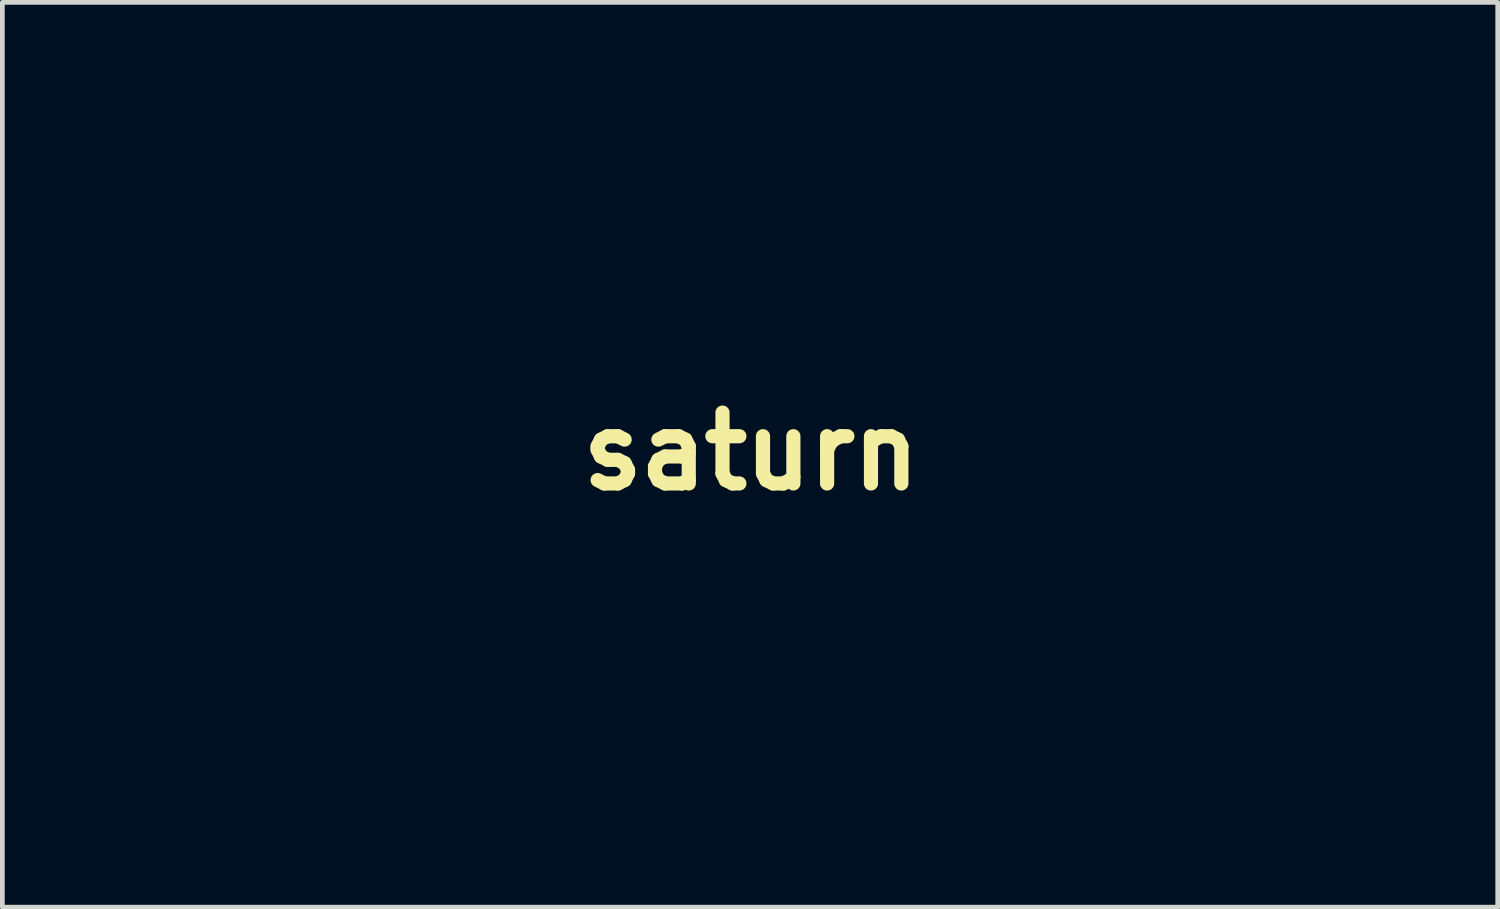
<source format=kicad_pcb>
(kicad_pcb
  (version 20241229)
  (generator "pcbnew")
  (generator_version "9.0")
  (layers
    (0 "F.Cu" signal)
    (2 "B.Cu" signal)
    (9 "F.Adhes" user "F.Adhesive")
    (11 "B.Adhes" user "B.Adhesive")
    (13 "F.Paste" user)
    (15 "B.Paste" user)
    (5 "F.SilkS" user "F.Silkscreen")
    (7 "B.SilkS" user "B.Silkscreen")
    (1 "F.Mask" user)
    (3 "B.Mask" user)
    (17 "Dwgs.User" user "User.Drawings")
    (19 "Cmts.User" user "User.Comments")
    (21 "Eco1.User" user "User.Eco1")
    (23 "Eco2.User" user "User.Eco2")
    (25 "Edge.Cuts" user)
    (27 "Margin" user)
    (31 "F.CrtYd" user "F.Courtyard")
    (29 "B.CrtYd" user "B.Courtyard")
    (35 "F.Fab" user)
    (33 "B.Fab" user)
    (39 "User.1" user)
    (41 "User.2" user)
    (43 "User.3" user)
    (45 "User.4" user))
  (footprint "saturn"
    (layer "F.Cu")
    (at 12.85 6.505)
    (property "Reference" "saturn" (at 0 0 0) (layer "F.SilkS") (effects (font (size 1.5 1.5) (thickness 0.3))))
    (attr board_only exclude_from_pos_files exclude_from_bom)
    (fp_poly (pts (xy 7.597 -4.59) (xy 7.958 -4.539) (xy 8.242 -4.448) (xy 8.449 -4.318) (xy 8.576 -4.15) (xy 8.623 -3.948) (xy 8.589 -3.712) (xy 8.47 -3.446) (xy 8.268 -3.149) (xy 7.979 -2.825) (xy 7.957 -2.804) (xy 7.788 -2.641) (xy 7.597 -2.469) (xy 7.396 -2.296) (xy 7.196 -2.133) (xy 7.008 -1.986) (xy 6.845 -1.867) (xy 6.717 -1.782) (xy 6.636 -1.742) (xy 6.612 -1.75) (xy 6.645 -1.784) (xy 6.736 -1.863) (xy 6.871 -1.976) (xy 7.035 -2.111) (xy 7.044 -2.118) (xy 7.462 -2.478) (xy 7.801 -2.816) (xy 8.061 -3.129) (xy 8.24 -3.415) (xy 8.336 -3.672) (xy 8.353 -3.82) (xy 8.343 -3.965) (xy 8.3 -4.067) (xy 8.203 -4.171) (xy 8.192 -4.181) (xy 7.986 -4.318) (xy 7.714 -4.414) (xy 7.371 -4.468) (xy 6.957 -4.48) (xy 6.469 -4.45) (xy 5.905 -4.378) (xy 5.261 -4.265) (xy 5.254 -4.263) (xy 5.13 -4.239) (xy 5.244 -4.289) (xy 5.389 -4.338) (xy 5.604 -4.392) (xy 5.869 -4.446) (xy 6.164 -4.497) (xy 6.468 -4.541) (xy 6.651 -4.563) (xy 7.161 -4.599)) (stroke (width 0) (type solid)) (fill yes) (layer "F.Mask"))
    (fp_poly (pts (xy 6.413 0.907) (xy 6.408 1.013) (xy 6.385 1.163) (xy 6.346 1.335) (xy 6.308 1.47) (xy 6.211 1.672) (xy 6.046 1.857) (xy 6.032 1.869) (xy 5.915 1.978) (xy 5.865 2.038) (xy 5.881 2.046) (xy 5.964 1.999) (xy 6.026 1.956) (xy 6.119 1.898) (xy 6.177 1.878) (xy 6.182 1.88) (xy 6.176 1.929) (xy 6.141 2.036) (xy 6.089 2.176) (xy 6.027 2.324) (xy 5.967 2.457) (xy 5.918 2.548) (xy 5.912 2.557) (xy 5.843 2.631) (xy 5.706 2.758) (xy 5.504 2.933) (xy 5.241 3.154) (xy 4.946 3.397) (xy 4.79 3.517) (xy 4.579 3.669) (xy 4.333 3.837) (xy 4.077 4.008) (xy 3.927 4.104) (xy 3.709 4.244) (xy 3.521 4.367) (xy 3.376 4.465) (xy 3.286 4.53) (xy 3.262 4.554) (xy 3.308 4.541) (xy 3.419 4.487) (xy 3.583 4.4) (xy 3.786 4.288) (xy 4.016 4.157) (xy 4.26 4.015) (xy 4.506 3.869) (xy 4.741 3.726) (xy 4.952 3.594) (xy 5.05 3.53) (xy 5.238 3.41) (xy 5.394 3.314) (xy 5.506 3.249) (xy 5.561 3.226) (xy 5.563 3.227) (xy 5.533 3.299) (xy 5.452 3.417) (xy 5.335 3.565) (xy 5.197 3.725) (xy 5.052 3.881) (xy 4.915 4.016) (xy 4.811 4.104) (xy 4.654 4.221) (xy 4.507 4.332) (xy 4.401 4.412) (xy 4.401 4.412) (xy 4.264 4.514) (xy 4.484 4.419) (xy 4.611 4.37) (xy 4.7 4.344) (xy 4.725 4.345) (xy 4.703 4.383) (xy 4.624 4.467) (xy 4.5 4.585) (xy 4.345 4.725) (xy 4.171 4.875) (xy 3.993 5.024) (xy 3.823 5.16) (xy 3.675 5.272) (xy 3.671 5.275) (xy 3.325 5.511) (xy 3.007 5.703) (xy 2.683 5.869) (xy 2.316 6.03) (xy 2.303 6.035) (xy 1.586 6.285) (xy 0.853 6.456) (xy 0.117 6.548) (xy -0.609 6.558) (xy -1.094 6.517) (xy -1.714 6.406) (xy -2.333 6.236) (xy -2.462 6.192) (xy -2.676 6.11) (xy -2.911 6.008) (xy -3.148 5.897) (xy -3.367 5.784) (xy -3.551 5.68) (xy -3.679 5.595) (xy -3.72 5.56) (xy -3.75 5.517) (xy -3.739 5.483) (xy -3.673 5.447) (xy -3.539 5.399) (xy -3.48 5.379) (xy -3.151 5.266) (xy -2.753 5.12) (xy -2.298 4.947) (xy -1.802 4.753) (xy -1.276 4.543) (xy -0.736 4.322) (xy -0.193 4.097) (xy 0.337 3.871) (xy 0.843 3.652) (xy 1.163 3.51) (xy 1.719 3.255) (xy 2.319 2.972) (xy 2.944 2.669) (xy 3.578 2.354) (xy 4.203 2.037) (xy 4.801 1.726) (xy 5.356 1.431) (xy 5.85 1.159) (xy 5.997 1.076) (xy 6.16 0.984) (xy 6.294 0.913) (xy 6.379 0.872) (xy 6.396 0.867)) (stroke (width 0) (type solid)) (fill yes) (layer "F.Mask"))
    (fp_poly (pts (xy 8.857 -5.348) (xy 9.289 -5.273) (xy 9.639 -5.161) (xy 9.905 -5.012) (xy 10.088 -4.828) (xy 10.188 -4.609) (xy 10.204 -4.356) (xy 10.136 -4.071) (xy 9.984 -3.754) (xy 9.748 -3.406) (xy 9.427 -3.028) (xy 9.329 -2.924) (xy 8.884 -2.496) (xy 8.355 -2.049) (xy 7.748 -1.584) (xy 7.065 -1.105) (xy 6.311 -0.615) (xy 5.492 -0.116) (xy 4.612 0.389) (xy 3.674 0.898) (xy 2.684 1.406) (xy 1.647 1.913) (xy 0.649 2.377) (xy -0.147 2.727) (xy -0.969 3.067) (xy -1.808 3.394) (xy -2.65 3.702) (xy -3.484 3.99) (xy -4.299 4.252) (xy -5.081 4.484) (xy -5.821 4.684) (xy -6.506 4.846) (xy -7.123 4.967) (xy -7.159 4.973) (xy -7.489 5.019) (xy -7.85 5.055) (xy -8.222 5.079) (xy -8.586 5.091) (xy -8.922 5.091) (xy -9.211 5.077) (xy -9.434 5.05) (xy -9.471 5.042) (xy -9.836 4.933) (xy -10.116 4.791) (xy -10.313 4.616) (xy -10.429 4.405) (xy -10.464 4.157) (xy -10.445 3.978) (xy -10.337 3.63) (xy -10.141 3.26) (xy -9.858 2.871) (xy -9.49 2.463) (xy -9.037 2.038) (xy -8.629 1.698) (xy -8.378 1.502) (xy -8.121 1.309) (xy -7.87 1.127) (xy -7.633 0.961) (xy -7.421 0.819) (xy -7.244 0.708) (xy -7.113 0.635) (xy -7.037 0.605) (xy -7.023 0.613) (xy -7.058 0.646) (xy -7.154 0.718) (xy -7.296 0.818) (xy -7.436 0.914) (xy -7.781 1.158) (xy -8.151 1.439) (xy -8.523 1.74) (xy -8.876 2.042) (xy -9.188 2.328) (xy -9.354 2.492) (xy -9.697 2.874) (xy -9.957 3.229) (xy -10.133 3.555) (xy -10.226 3.852) (xy -10.236 4.117) (xy -10.162 4.351) (xy -10.004 4.552) (xy -9.763 4.719) (xy -9.475 4.839) (xy -9.337 4.881) (xy -9.209 4.911) (xy -9.07 4.93) (xy -8.9 4.941) (xy -8.678 4.945) (xy -8.413 4.946) (xy -7.949 4.933) (xy -7.482 4.895) (xy -6.997 4.83) (xy -6.482 4.735) (xy -5.92 4.608) (xy -5.297 4.446) (xy -4.957 4.35) (xy -3.872 4.019) (xy -2.753 3.637) (xy -1.61 3.21) (xy -0.456 2.743) (xy 0.697 2.243) (xy 1.837 1.715) (xy 2.954 1.165) (xy 4.033 0.597) (xy 5.065 0.018) (xy 6.036 -0.566) (xy 6.935 -1.151) (xy 7.415 -1.484) (xy 8.034 -1.946) (xy 8.566 -2.382) (xy 9.011 -2.791) (xy 9.369 -3.176) (xy 9.639 -3.534) (xy 9.822 -3.867) (xy 9.918 -4.175) (xy 9.93 -4.431) (xy 9.906 -4.586) (xy 9.854 -4.698) (xy 9.754 -4.81) (xy 9.725 -4.839) (xy 9.496 -4.996) (xy 9.191 -5.114) (xy 8.807 -5.193) (xy 8.496 -5.225) (xy 8.086 -5.234) (xy 7.613 -5.211) (xy 7.096 -5.159) (xy 6.559 -5.08) (xy 6.02 -4.978) (xy 5.502 -4.854) (xy 5.493 -4.851) (xy 5.204 -4.777) (xy 4.992 -4.728) (xy 4.86 -4.706) (xy 4.81 -4.711) (xy 4.834 -4.736) (xy 4.906 -4.765) (xy 5.051 -4.808) (xy 5.254 -4.863) (xy 5.497 -4.926) (xy 5.765 -4.992) (xy 6.041 -5.058) (xy 6.311 -5.119) (xy 6.557 -5.172) (xy 6.764 -5.213) (xy 6.817 -5.222) (xy 7.278 -5.291) (xy 7.734 -5.339) (xy 8.165 -5.365) (xy 8.55 -5.368)) (stroke (width 0) (type solid)) (fill yes) (layer "F.Mask"))
    (fp_poly (pts (xy 8.545 -5.086) (xy 8.799 -5.06) (xy 8.886 -5.045) (xy 9.181 -4.961) (xy 9.426 -4.849) (xy 9.605 -4.717) (xy 9.69 -4.606) (xy 9.761 -4.372) (xy 9.746 -4.109) (xy 9.649 -3.819) (xy 9.469 -3.503) (xy 9.208 -3.163) (xy 8.868 -2.801) (xy 8.449 -2.417) (xy 7.953 -2.015) (xy 7.382 -1.594) (xy 7.251 -1.503) (xy 6.402 -0.939) (xy 5.496 -0.379) (xy 4.544 0.174) (xy 3.552 0.714) (xy 2.532 1.238) (xy 1.493 1.743) (xy 0.443 2.223) (xy -0.608 2.675) (xy -1.652 3.096) (xy -2.677 3.48) (xy -3.677 3.824) (xy -4.64 4.124) (xy -5.558 4.375) (xy -6.422 4.575) (xy -6.956 4.676) (xy -7.347 4.733) (xy -7.749 4.777) (xy -8.141 4.804) (xy -8.503 4.816) (xy -8.815 4.81) (xy -9.039 4.788) (xy -9.389 4.7) (xy -9.686 4.56) (xy -9.916 4.375) (xy -9.924 4.366) (xy -10.014 4.26) (xy -10.061 4.176) (xy -10.076 4.078) (xy -10.069 3.931) (xy -10.067 3.898) (xy -10.035 3.695) (xy -9.969 3.496) (xy -9.86 3.286) (xy -9.7 3.046) (xy -9.485 2.768) (xy -9.265 2.519) (xy -8.984 2.239) (xy -8.661 1.941) (xy -8.311 1.64) (xy -7.953 1.352) (xy -7.605 1.092) (xy -7.283 0.875) (xy -7.251 0.854) (xy -7.16 0.805) (xy -7.132 0.803) (xy -7.156 0.84) (xy -7.225 0.905) (xy -7.33 0.988) (xy -7.43 1.06) (xy -7.73 1.274) (xy -8.048 1.522) (xy -8.37 1.792) (xy -8.681 2.07) (xy -8.967 2.342) (xy -9.213 2.596) (xy -9.404 2.817) (xy -9.462 2.896) (xy -9.634 3.151) (xy -9.75 3.36) (xy -9.818 3.542) (xy -9.847 3.715) (xy -9.85 3.789) (xy -9.825 4.016) (xy -9.743 4.195) (xy -9.592 4.342) (xy -9.372 4.469) (xy -9.062 4.576) (xy -8.678 4.641) (xy -8.224 4.663) (xy -7.708 4.643) (xy -7.134 4.581) (xy -6.509 4.477) (xy -5.837 4.331) (xy -5.725 4.304) (xy -5.381 4.217) (xy -5.01 4.118) (xy -4.626 4.013) (xy -4.247 3.906) (xy -3.887 3.801) (xy -3.564 3.704) (xy -3.293 3.619) (xy -3.091 3.55) (xy -3.055 3.536) (xy -2.931 3.49) (xy -2.758 3.426) (xy -2.576 3.359) (xy -1.342 2.89) (xy -0.153 2.399) (xy 1.031 1.871) (xy 1.892 1.462) (xy 2.824 1) (xy 3.711 0.536) (xy 4.55 0.075) (xy 5.338 -0.381) (xy 6.069 -0.829) (xy 6.741 -1.268) (xy 7.348 -1.693) (xy 7.887 -2.103) (xy 8.354 -2.494) (xy 8.745 -2.864) (xy 9.056 -3.211) (xy 9.21 -3.418) (xy 9.397 -3.732) (xy 9.501 -4.008) (xy 9.524 -4.248) (xy 9.465 -4.456) (xy 9.324 -4.634) (xy 9.099 -4.787) (xy 9.069 -4.802) (xy 8.772 -4.911) (xy 8.398 -4.98) (xy 7.955 -5.008) (xy 7.448 -4.997) (xy 6.883 -4.946) (xy 6.266 -4.856) (xy 5.603 -4.727) (xy 5.21 -4.637) (xy 5.064 -4.607) (xy 4.962 -4.594) (xy 4.925 -4.601) (xy 4.967 -4.626) (xy 5.084 -4.665) (xy 5.261 -4.714) (xy 5.484 -4.77) (xy 5.737 -4.829) (xy 6.006 -4.888) (xy 6.277 -4.942) (xy 6.456 -4.976) (xy 6.77 -5.022) (xy 7.125 -5.058) (xy 7.5 -5.083) (xy 7.875 -5.096) (xy 8.23 -5.097)) (stroke (width 0) (type solid)) (fill yes) (layer "F.Mask"))
    (fp_poly (pts (xy 11.213 -6.465) (xy 11.658 -6.383) (xy 12.037 -6.26) (xy 12.345 -6.097) (xy 12.579 -5.895) (xy 12.711 -5.701) (xy 12.798 -5.43) (xy 12.802 -5.127) (xy 12.724 -4.795) (xy 12.566 -4.435) (xy 12.33 -4.05) (xy 12.017 -3.641) (xy 11.63 -3.211) (xy 11.169 -2.763) (xy 10.636 -2.297) (xy 10.033 -1.816) (xy 9.361 -1.323) (xy 9.354 -1.318) (xy 8.47 -0.716) (xy 7.52 -0.111) (xy 6.515 0.491) (xy 5.462 1.087) (xy 4.371 1.673) (xy 3.25 2.245) (xy 2.11 2.798) (xy 0.958 3.33) (xy -0.196 3.834) (xy -1.343 4.309) (xy -2.475 4.749) (xy -3.581 5.151) (xy -4.654 5.51) (xy -5.684 5.822) (xy -6.662 6.084) (xy -7.575 6.29) (xy -8.18 6.404) (xy -8.767 6.497) (xy -9.324 6.569) (xy -9.84 6.619) (xy -10.302 6.645) (xy -10.699 6.647) (xy -10.967 6.629) (xy -11.479 6.549) (xy -11.908 6.435) (xy -12.256 6.286) (xy -12.524 6.101) (xy -12.715 5.878) (xy -12.789 5.736) (xy -12.85 5.479) (xy -12.843 5.179) (xy -12.769 4.851) (xy -12.63 4.511) (xy -12.621 4.492) (xy -12.404 4.132) (xy -12.108 3.743) (xy -11.736 3.33) (xy -11.294 2.895) (xy -10.785 2.445) (xy -10.216 1.982) (xy -9.59 1.512) (xy -8.912 1.039) (xy -8.687 0.889) (xy -8.498 0.766) (xy -8.281 0.628) (xy -8.049 0.482) (xy -7.815 0.337) (xy -7.593 0.201) (xy -7.396 0.082) (xy -7.237 -0.012) (xy -7.13 -0.072) (xy -7.089 -0.091) (xy -7.073 -0.052) (xy -7.068 0.018) (xy -7.085 0.083) (xy -7.143 0.151) (xy -7.259 0.235) (xy -7.399 0.321) (xy -7.616 0.455) (xy -7.888 0.635) (xy -8.198 0.846) (xy -8.529 1.079) (xy -8.864 1.32) (xy -9.186 1.557) (xy -9.479 1.78) (xy -9.725 1.975) (xy -9.729 1.978) (xy -10.246 2.42) (xy -10.683 2.84) (xy -11.046 3.243) (xy -11.341 3.637) (xy -11.574 4.029) (xy -11.591 4.062) (xy -11.669 4.227) (xy -11.714 4.364) (xy -11.735 4.513) (xy -11.741 4.712) (xy -11.741 4.727) (xy -11.739 4.919) (xy -11.725 5.05) (xy -11.694 5.15) (xy -11.637 5.248) (xy -11.606 5.293) (xy -11.428 5.478) (xy -11.178 5.644) (xy -10.873 5.782) (xy -10.58 5.87) (xy -10.359 5.907) (xy -10.07 5.933) (xy -9.733 5.947) (xy -9.371 5.95) (xy -9.005 5.941) (xy -8.656 5.921) (xy -8.346 5.888) (xy -8.345 5.888) (xy -7.82 5.804) (xy -7.227 5.688) (xy -6.58 5.542) (xy -5.895 5.37) (xy -5.187 5.177) (xy -4.47 4.966) (xy -3.967 4.808) (xy -3.177 4.539) (xy -2.325 4.226) (xy -1.426 3.873) (xy -0.495 3.488) (xy 0.454 3.077) (xy 1.407 2.646) (xy 2.349 2.201) (xy 3.267 1.749) (xy 4.146 1.296) (xy 4.902 0.887) (xy 5.923 0.308) (xy 6.856 -0.248) (xy 7.703 -0.782) (xy 8.464 -1.295) (xy 9.14 -1.787) (xy 9.732 -2.259) (xy 10.241 -2.711) (xy 10.668 -3.144) (xy 10.898 -3.411) (xy 11.193 -3.814) (xy 11.404 -4.188) (xy 11.531 -4.533) (xy 11.574 -4.847) (xy 11.533 -5.129) (xy 11.409 -5.378) (xy 11.201 -5.593) (xy 10.909 -5.771) (xy 10.535 -5.913) (xy 10.488 -5.927) (xy 10.041 -6.017) (xy 9.522 -6.057) (xy 8.933 -6.049) (xy 8.28 -5.992) (xy 7.565 -5.888) (xy 6.794 -5.736) (xy 5.969 -5.538) (xy 5.094 -5.293) (xy 4.96 -5.252) (xy 4.724 -5.182) (xy 4.56 -5.136) (xy 4.452 -5.113) (xy 4.384 -5.11) (xy 4.341 -5.125) (xy 4.306 -5.156) (xy 4.304 -5.159) (xy 4.256 -5.225) (xy 4.276 -5.259) (xy 4.292 -5.266) (xy 4.443 -5.319) (xy 4.661 -5.39) (xy 4.926 -5.475) (xy 5.218 -5.566) (xy 5.516 -5.658) (xy 5.8 -5.743) (xy 6.05 -5.816) (xy 6.191 -5.856) (xy 7.094 -6.078) (xy 8.02 -6.26) (xy 8.94 -6.396) (xy 9.826 -6.482) (xy 10.146 -6.501) (xy 10.708 -6.505)) (stroke (width 0) (type solid)) (fill yes) (layer "F.Mask"))
    (fp_poly (pts (xy 9.635 -5.93) (xy 10.094 -5.875) (xy 10.474 -5.791) (xy 10.784 -5.676) (xy 11.032 -5.525) (xy 11.226 -5.335) (xy 11.249 -5.306) (xy 11.314 -5.212) (xy 11.352 -5.122) (xy 11.371 -5.009) (xy 11.376 -4.843) (xy 11.376 -4.769) (xy 11.37 -4.562) (xy 11.349 -4.41) (xy 11.305 -4.275) (xy 11.245 -4.15) (xy 10.984 -3.721) (xy 10.638 -3.278) (xy 10.211 -2.825) (xy 9.707 -2.368) (xy 9.257 -2.006) (xy 9.141 -1.916) (xy 9.057 -1.848) (xy 9.029 -1.824) (xy 8.98 -1.785) (xy 8.871 -1.704) (xy 8.714 -1.592) (xy 8.525 -1.458) (xy 8.317 -1.312) (xy 8.105 -1.165) (xy 7.903 -1.026) (xy 7.725 -0.905) (xy 7.707 -0.892) (xy 7.51 -0.764) (xy 7.248 -0.601) (xy 6.937 -0.409) (xy 6.589 -0.199) (xy 6.22 0.021) (xy 5.845 0.242) (xy 5.478 0.456) (xy 5.134 0.654) (xy 4.826 0.827) (xy 4.72 0.886) (xy 4.369 1.075) (xy 3.95 1.293) (xy 3.481 1.531) (xy 2.977 1.782) (xy 2.454 2.039) (xy 1.929 2.292) (xy 1.418 2.535) (xy 0.937 2.759) (xy 0.503 2.956) (xy 0.281 3.054) (xy -0.913 3.558) (xy -2.083 4.02) (xy -3.221 4.437) (xy -4.319 4.806) (xy -5.37 5.125) (xy -6.366 5.391) (xy -7.299 5.602) (xy -7.325 5.607) (xy -7.813 5.693) (xy -8.315 5.759) (xy -8.814 5.804) (xy -9.293 5.828) (xy -9.734 5.83) (xy -10.12 5.808) (xy -10.406 5.768) (xy -10.763 5.673) (xy -11.053 5.542) (xy -11.297 5.364) (xy -11.301 5.36) (xy -11.49 5.135) (xy -11.595 4.879) (xy -11.616 4.593) (xy -11.554 4.279) (xy -11.408 3.937) (xy -11.181 3.569) (xy -10.873 3.176) (xy -10.485 2.759) (xy -10.016 2.319) (xy -9.469 1.857) (xy -8.843 1.374) (xy -8.482 1.112) (xy -8.176 0.896) (xy -7.889 0.699) (xy -7.635 0.53) (xy -7.427 0.398) (xy -7.276 0.309) (xy -7.258 0.3) (xy -7.139 0.243) (xy -7.093 0.233) (xy -7.12 0.266) (xy -7.215 0.342) (xy -7.376 0.456) (xy -7.56 0.58) (xy -8.258 1.059) (xy -8.891 1.527) (xy -9.457 1.982) (xy -9.954 2.42) (xy -10.38 2.841) (xy -10.732 3.24) (xy -11.007 3.617) (xy -11.205 3.968) (xy -11.321 4.291) (xy -11.355 4.554) (xy -11.315 4.773) (xy -11.207 4.993) (xy -11.049 5.184) (xy -10.977 5.243) (xy -10.714 5.401) (xy -10.405 5.519) (xy -10.043 5.598) (xy -9.617 5.64) (xy -9.118 5.647) (xy -8.923 5.641) (xy -8.509 5.616) (xy -8.085 5.572) (xy -7.641 5.507) (xy -7.165 5.419) (xy -6.646 5.306) (xy -6.073 5.165) (xy -5.433 4.994) (xy -4.993 4.87) (xy -4.119 4.605) (xy -3.208 4.3) (xy -2.268 3.958) (xy -1.307 3.584) (xy -0.332 3.181) (xy 0.648 2.754) (xy 1.625 2.306) (xy 2.593 1.841) (xy 3.542 1.363) (xy 4.466 0.877) (xy 5.357 0.385) (xy 6.206 -0.107) (xy 7.005 -0.597) (xy 7.748 -1.08) (xy 8.426 -1.552) (xy 9.032 -2.009) (xy 9.557 -2.448) (xy 9.565 -2.456) (xy 9.825 -2.69) (xy 10.031 -2.884) (xy 10.201 -3.056) (xy 10.351 -3.224) (xy 10.499 -3.405) (xy 10.607 -3.545) (xy 10.83 -3.866) (xy 10.983 -4.153) (xy 11.071 -4.419) (xy 11.101 -4.68) (xy 11.101 -4.682) (xy 11.096 -4.856) (xy 11.068 -4.982) (xy 11.005 -5.1) (xy 10.967 -5.156) (xy 10.757 -5.376) (xy 10.472 -5.55) (xy 10.114 -5.681) (xy 9.688 -5.767) (xy 9.198 -5.809) (xy 8.647 -5.806) (xy 8.039 -5.759) (xy 7.379 -5.668) (xy 6.669 -5.532) (xy 5.914 -5.352) (xy 5.117 -5.128) (xy 5.113 -5.127) (xy 4.869 -5.054) (xy 4.7 -5.006) (xy 4.594 -4.981) (xy 4.54 -4.977) (xy 4.526 -4.99) (xy 4.536 -5.015) (xy 4.595 -5.05) (xy 4.728 -5.103) (xy 4.924 -5.17) (xy 5.169 -5.245) (xy 5.45 -5.327) (xy 5.753 -5.411) (xy 6.065 -5.493) (xy 6.374 -5.57) (xy 6.665 -5.638) (xy 6.925 -5.692) (xy 6.931 -5.694) (xy 7.594 -5.811) (xy 8.186 -5.893) (xy 8.719 -5.938) (xy 9.206 -5.95)) (stroke (width 0) (type solid)) (fill yes) (layer "F.Mask"))
    (fp_poly (pts (xy -0.266 -6.409) (xy -0.356 -6.357) (xy -0.499 -6.281) (xy -0.681 -6.187) (xy -0.684 -6.185) (xy -0.962 -6.042) (xy -1.183 -5.923) (xy -1.341 -5.832) (xy -1.429 -5.772) (xy -1.442 -5.747) (xy -1.436 -5.747) (xy -1.378 -5.762) (xy -1.253 -5.804) (xy -1.082 -5.866) (xy -0.914 -5.929) (xy -0.664 -6.022) (xy -0.496 -6.08) (xy -0.409 -6.102) (xy -0.402 -6.088) (xy -0.472 -6.04) (xy -0.592 -5.971) (xy -0.732 -5.889) (xy -0.913 -5.776) (xy -1.121 -5.642) (xy -1.339 -5.497) (xy -1.554 -5.351) (xy -1.749 -5.216) (xy -1.91 -5.1) (xy -2.021 -5.015) (xy -2.064 -4.975) (xy -2.082 -4.941) (xy -2.034 -4.961) (xy -1.984 -4.992) (xy -1.63 -5.21) (xy -1.24 -5.435) (xy -0.834 -5.655) (xy -0.431 -5.862) (xy -0.05 -6.044) (xy 0.288 -6.192) (xy 0.484 -6.268) (xy 0.661 -6.33) (xy 0.782 -6.367) (xy 0.844 -6.377) (xy 0.843 -6.356) (xy 0.777 -6.302) (xy 0.643 -6.212) (xy 0.437 -6.084) (xy 0.157 -5.913) (xy 0.009 -5.825) (xy -0.099 -5.755) (xy -0.125 -5.726) (xy -0.071 -5.737) (xy 0.064 -5.788) (xy 0.278 -5.878) (xy 0.55 -5.998) (xy 0.831 -6.121) (xy 1.046 -6.21) (xy 1.194 -6.265) (xy 1.271 -6.285) (xy 1.274 -6.268) (xy 1.2 -6.215) (xy 1.046 -6.125) (xy 1.026 -6.114) (xy 0.88 -6.026) (xy 0.68 -5.899) (xy 0.446 -5.746) (xy 0.199 -5.579) (xy 0.034 -5.464) (xy -0.221 -5.292) (xy -0.53 -5.091) (xy -0.869 -4.879) (xy -1.21 -4.671) (xy -1.53 -4.484) (xy -1.55 -4.472) (xy -1.808 -4.323) (xy -2.036 -4.189) (xy -2.224 -4.077) (xy -2.36 -3.993) (xy -2.434 -3.944) (xy -2.444 -3.933) (xy -2.399 -3.947) (xy -2.288 -3.995) (xy -2.125 -4.071) (xy -1.924 -4.168) (xy -1.818 -4.222) (xy -1.58 -4.339) (xy -1.31 -4.47) (xy -1.019 -4.608) (xy -0.72 -4.75) (xy -0.423 -4.888) (xy -0.139 -5.018) (xy 0.119 -5.136) (xy 0.34 -5.234) (xy 0.513 -5.309) (xy 0.627 -5.355) (xy 0.668 -5.366) (xy 0.645 -5.334) (xy 0.564 -5.27) (xy 0.503 -5.227) (xy 0.396 -5.153) (xy 0.33 -5.1) (xy 0.319 -5.087) (xy 0.358 -5.098) (xy 0.464 -5.143) (xy 0.623 -5.214) (xy 0.821 -5.305) (xy 0.901 -5.343) (xy 1.121 -5.447) (xy 1.32 -5.539) (xy 1.48 -5.611) (xy 1.581 -5.654) (xy 1.596 -5.66) (xy 1.71 -5.702) (xy 1.596 -5.611) (xy 1.504 -5.547) (xy 1.441 -5.519) (xy 1.44 -5.519) (xy 1.418 -5.5) (xy 1.423 -5.493) (xy 1.472 -5.5) (xy 1.589 -5.534) (xy 1.757 -5.592) (xy 1.959 -5.667) (xy 1.982 -5.676) (xy 2.236 -5.772) (xy 2.425 -5.835) (xy 2.566 -5.868) (xy 2.676 -5.874) (xy 2.776 -5.856) (xy 2.874 -5.82) (xy 3.023 -5.758) (xy 2.777 -5.678) (xy 2.613 -5.617) (xy 2.387 -5.519) (xy 2.117 -5.395) (xy 1.822 -5.253) (xy 1.52 -5.102) (xy 1.227 -4.951) (xy 0.963 -4.809) (xy 0.745 -4.685) (xy 0.627 -4.612) (xy 0.45 -4.493) (xy 0.335 -4.409) (xy 0.283 -4.363) (xy 0.299 -4.36) (xy 0.384 -4.402) (xy 0.511 -4.475) (xy 0.725 -4.595) (xy 0.987 -4.732) (xy 1.275 -4.877) (xy 1.567 -5.019) (xy 1.841 -5.146) (xy 2.076 -5.248) (xy 2.22 -5.305) (xy 2.375 -5.352) (xy 2.566 -5.4) (xy 2.774 -5.444) (xy 2.977 -5.48) (xy 3.155 -5.505) (xy 3.288 -5.516) (xy 3.354 -5.507) (xy 3.356 -5.506) (xy 3.327 -5.482) (xy 3.233 -5.437) (xy 3.093 -5.382) (xy 3.091 -5.381) (xy 2.784 -5.256) (xy 2.427 -5.087) (xy 2.042 -4.884) (xy 1.651 -4.661) (xy 1.3 -4.444) (xy 1.035 -4.274) (xy 0.734 -4.083) (xy 0.435 -3.894) (xy 0.205 -3.75) (xy 0.004 -3.624) (xy -0.17 -3.513) (xy -0.303 -3.425) (xy -0.378 -3.373) (xy -0.388 -3.365) (xy -0.384 -3.352) (xy -0.311 -3.382) (xy -0.178 -3.448) (xy 0.005 -3.546) (xy 0.231 -3.672) (xy 0.407 -3.773) (xy 0.605 -3.883) (xy 0.857 -4.019) (xy 1.136 -4.166) (xy 1.415 -4.31) (xy 1.524 -4.365) (xy 1.776 -4.494) (xy 2.02 -4.623) (xy 2.234 -4.742) (xy 2.4 -4.839) (xy 2.462 -4.879) (xy 2.595 -4.963) (xy 2.765 -5.061) (xy 2.954 -5.165) (xy 3.145 -5.265) (xy 3.321 -5.353) (xy 3.464 -5.42) (xy 3.558 -5.456) (xy 3.586 -5.459) (xy 3.559 -5.427) (xy 3.47 -5.354) (xy 3.335 -5.253) (xy 3.188 -5.148) (xy 2.981 -5.002) (xy 2.734 -4.824) (xy 2.478 -4.638) (xy 2.263 -4.48) (xy 2.015 -4.307) (xy 1.719 -4.119) (xy 1.413 -3.936) (xy 1.14 -3.788) (xy 0.847 -3.635) (xy 0.635 -3.521) (xy 0.505 -3.444) (xy 0.455 -3.405) (xy 0.485 -3.403) (xy 0.595 -3.436) (xy 0.785 -3.504) (xy 0.931 -3.56) (xy 1.229 -3.677) (xy 1.469 -3.777) (xy 1.679 -3.871) (xy 1.888 -3.973) (xy 2.123 -4.096) (xy 2.257 -4.168) (xy 2.408 -4.247) (xy 2.487 -4.284) (xy 2.501 -4.28) (xy 2.458 -4.237) (xy 2.44 -4.221) (xy 2.296 -4.108) (xy 2.077 -3.954) (xy 1.782 -3.759) (xy 1.411 -3.523) (xy 0.962 -3.244) (xy 0.434 -2.922) (xy 0.372 -2.884) (xy 0.303 -2.83) (xy 0.29 -2.796) (xy 0.336 -2.809) (xy 0.448 -2.861) (xy 0.614 -2.947) (xy 0.822 -3.057) (xy 1.058 -3.187) (xy 1.311 -3.328) (xy 1.568 -3.474) (xy 1.816 -3.618) (xy 2.044 -3.753) (xy 2.238 -3.872) (xy 2.387 -3.968) (xy 2.417 -3.989) (xy 2.744 -4.208) (xy 3.137 -4.461) (xy 3.585 -4.737) (xy 3.625 -4.762) (xy 3.702 -4.807) (xy 3.719 -4.809) (xy 3.674 -4.761) (xy 3.601 -4.691) (xy 3.469 -4.569) (xy 3.313 -4.431) (xy 3.236 -4.365) (xy 3.032 -4.193) (xy 3.397 -4.37) (xy 3.656 -4.492) (xy 3.901 -4.599) (xy 4.117 -4.686) (xy 4.288 -4.747) (xy 4.402 -4.776) (xy 4.435 -4.777) (xy 4.42 -4.746) (xy 4.341 -4.676) (xy 4.21 -4.577) (xy 4.041 -4.457) (xy 4.02 -4.443) (xy 3.841 -4.32) (xy 3.606 -4.158) (xy 3.335 -3.97) (xy 3.046 -3.768) (xy 2.759 -3.567) (xy 2.678 -3.51) (xy 2.302 -3.246) (xy 1.983 -3.027) (xy 1.706 -2.841) (xy 1.454 -2.68) (xy 1.211 -2.534) (xy 0.962 -2.392) (xy 0.689 -2.245) (xy 0.377 -2.083) (xy 0.144 -1.964) (xy 0.034 -1.902) (xy -0.029 -1.856) (xy -0.034 -1.843) (xy 0.015 -1.853) (xy 0.135 -1.899) (xy 0.316 -1.976) (xy 0.547 -2.08) (xy 0.817 -2.206) (xy 1.118 -2.348) (xy 1.437 -2.502) (xy 1.766 -2.662) (xy 2.093 -2.825) (xy 2.408 -2.983) (xy 2.701 -3.134) (xy 2.961 -3.272) (xy 3.101 -3.347) (xy 3.328 -3.476) (xy 3.578 -3.625) (xy 3.806 -3.764) (xy 3.846 -3.79) (xy 4.004 -3.888) (xy 4.13 -3.961) (xy 4.207 -3.999) (xy 4.222 -4.001) (xy 4.194 -3.969) (xy 4.102 -3.891) (xy 3.957 -3.777) (xy 3.768 -3.635) (xy 3.545 -3.471) (xy 3.3 -3.295) (xy 3.216 -3.235) (xy 3.109 -3.163) (xy 2.933 -3.05) (xy 2.699 -2.904) (xy 2.417 -2.729) (xy 2.098 -2.533) (xy 1.751 -2.321) (xy 1.386 -2.1) (xy 1.06 -1.904) (xy 0.965 -1.841) (xy 0.914 -1.798) (xy 0.912 -1.793) (xy 0.95 -1.805) (xy 1.055 -1.854) (xy 1.216 -1.934) (xy 1.418 -2.038) (xy 1.651 -2.16) (xy 1.9 -2.292) (xy 2.153 -2.429) (xy 2.337 -2.529) (xy 2.513 -2.622) (xy 2.612 -2.666) (xy 2.634 -2.664) (xy 2.578 -2.616) (xy 2.441 -2.526) (xy 2.371 -2.482) (xy 2.237 -2.397) (xy 2.139 -2.332) (xy 2.098 -2.3) (xy 2.098 -2.299) (xy 2.135 -2.307) (xy 2.233 -2.348) (xy 2.374 -2.413) (xy 2.537 -2.493) (xy 2.703 -2.577) (xy 2.852 -2.656) (xy 2.941 -2.706) (xy 3.367 -2.956) (xy 3.791 -3.2) (xy 4.186 -3.423) (xy 4.469 -3.579) (xy 4.664 -3.686) (xy 4.845 -3.786) (xy 4.987 -3.866) (xy 5.047 -3.901) (xy 5.151 -3.949) (xy 5.222 -3.956) (xy 5.23 -3.951) (xy 5.229 -3.911) (xy 5.172 -3.841) (xy 5.053 -3.738) (xy 4.869 -3.597) (xy 4.613 -3.414) (xy 4.482 -3.323) (xy 4.298 -3.192) (xy 4.138 -3.074) (xy 4.019 -2.982) (xy 3.958 -2.927) (xy 3.958 -2.926) (xy 3.926 -2.881) (xy 3.95 -2.888) (xy 4.013 -2.929) (xy 4.114 -2.995) (xy 4.259 -3.083) (xy 4.378 -3.153) (xy 4.535 -3.248) (xy 4.731 -3.373) (xy 4.93 -3.504) (xy 4.986 -3.542) (xy 5.144 -3.647) (xy 5.274 -3.729) (xy 5.358 -3.777) (xy 5.377 -3.785) (xy 5.423 -3.747) (xy 5.467 -3.662) (xy 5.493 -3.57) (xy 5.486 -3.513) (xy 5.486 -3.512) (xy 5.436 -3.47) (xy 5.335 -3.385) (xy 5.205 -3.275) (xy 5.176 -3.25) (xy 5.02 -3.126) (xy 4.816 -2.977) (xy 4.594 -2.825) (xy 4.446 -2.728) (xy 4.172 -2.552) (xy 3.926 -2.391) (xy 3.717 -2.251) (xy 3.557 -2.14) (xy 3.455 -2.063) (xy 3.42 -2.029) (xy 3.456 -2.039) (xy 3.548 -2.087) (xy 3.66 -2.15) (xy 3.801 -2.232) (xy 3.985 -2.334) (xy 4.196 -2.45) (xy 4.419 -2.57) (xy 4.639 -2.687) (xy 4.84 -2.793) (xy 5.009 -2.88) (xy 5.129 -2.94) (xy 5.185 -2.964) (xy 5.187 -2.964) (xy 5.174 -2.941) (xy 5.096 -2.876) (xy 4.967 -2.778) (xy 4.796 -2.656) (xy 4.598 -2.518) (xy 4.383 -2.372) (xy 4.164 -2.227) (xy 3.953 -2.091) (xy 3.842 -2.022) (xy 3.64 -1.896) (xy 3.467 -1.785) (xy 3.337 -1.697) (xy 3.265 -1.643) (xy 3.256 -1.634) (xy 3.283 -1.637) (xy 3.378 -1.679) (xy 3.53 -1.753) (xy 3.727 -1.854) (xy 3.959 -1.976) (xy 4.213 -2.113) (xy 4.479 -2.26) (xy 4.532 -2.289) (xy 4.681 -2.37) (xy 4.797 -2.426) (xy 4.859 -2.449) (xy 4.863 -2.448) (xy 4.836 -2.417) (xy 4.748 -2.349) (xy 4.616 -2.257) (xy 4.549 -2.212) (xy 4.375 -2.094) (xy 4.157 -1.943) (xy 3.926 -1.78) (xy 3.745 -1.65) (xy 3.525 -1.496) (xy 3.291 -1.345) (xy 3.074 -1.213) (xy 2.925 -1.132) (xy 2.748 -1.04) (xy 2.655 -0.983) (xy 2.645 -0.963) (xy 2.72 -0.977) (xy 2.878 -1.027) (xy 2.923 -1.043) (xy 3.118 -1.117) (xy 3.339 -1.217) (xy 3.596 -1.347) (xy 3.897 -1.511) (xy 4.251 -1.715) (xy 4.667 -1.962) (xy 4.925 -2.119) (xy 5.197 -2.285) (xy 5.443 -2.434) (xy 5.652 -2.56) (xy 5.814 -2.656) (xy 5.918 -2.717) (xy 5.953 -2.736) (xy 5.981 -2.698) (xy 6.027 -2.604) (xy 6.043 -2.569) (xy 6.084 -2.457) (xy 6.08 -2.385) (xy 6.024 -2.307) (xy 5.986 -2.266) (xy 5.87 -2.153) (xy 5.701 -2.003) (xy 5.5 -1.832) (xy 5.287 -1.658) (xy 5.082 -1.497) (xy 4.907 -1.366) (xy 4.846 -1.324) (xy 4.726 -1.239) (xy 4.648 -1.175) (xy 4.629 -1.147) (xy 4.672 -1.163) (xy 4.776 -1.222) (xy 4.923 -1.314) (xy 5.101 -1.43) (xy 5.294 -1.559) (xy 5.487 -1.692) (xy 5.666 -1.819) (xy 5.816 -1.929) (xy 5.905 -1.999) (xy 6.026 -2.097) (xy 6.122 -2.165) (xy 6.167 -2.189) (xy 6.191 -2.149) (xy 6.202 -2.054) (xy 6.202 -2.053) (xy 6.192 -1.984) (xy 6.154 -1.913) (xy 6.076 -1.825) (xy 5.947 -1.707) (xy 5.803 -1.585) (xy 5.155 -1.065) (xy 4.512 -0.588) (xy 3.855 -0.141) (xy 3.167 0.287) (xy 2.428 0.706) (xy 1.622 1.13) (xy 1.463 1.211) (xy 0.562 1.646) (xy -0.325 2.042) (xy -1.223 2.407) (xy -2.154 2.75) (xy -3.143 3.082) (xy -3.578 3.219) (xy -4.254 3.424) (xy -4.856 3.597) (xy -5.394 3.739) (xy -5.879 3.854) (xy -6.32 3.944) (xy -6.729 4.01) (xy -7.115 4.055) (xy -7.489 4.081) (xy -7.638 4.087) (xy -7.916 4.094) (xy -8.122 4.094) (xy -8.276 4.086) (xy -8.398 4.068) (xy -8.506 4.04) (xy -8.567 4.02) (xy -8.804 3.909) (xy -8.96 3.771) (xy -9.046 3.597) (xy -9.061 3.518) (xy -9.047 3.307) (xy -8.955 3.061) (xy -8.788 2.786) (xy -8.553 2.486) (xy -8.251 2.167) (xy -7.887 1.835) (xy -7.768 1.736) (xy -7.555 1.563) (xy -7.368 1.421) (xy -7.218 1.315) (xy -7.115 1.254) (xy -7.07 1.243) (xy -7.068 1.247) (xy -7.102 1.283) (xy -7.192 1.362) (xy -7.326 1.473) (xy -7.467 1.587) (xy -7.857 1.921) (xy -8.186 2.249) (xy -8.45 2.565) (xy -8.643 2.864) (xy -8.762 3.139) (xy -8.801 3.38) (xy -8.76 3.526) (xy -8.653 3.673) (xy -8.5 3.798) (xy -8.336 3.874) (xy -7.928 3.958) (xy -7.459 3.984) (xy -7.074 3.966) (xy -6.837 3.941) (xy -6.587 3.908) (xy -6.342 3.87) (xy -6.119 3.831) (xy -5.938 3.793) (xy -5.817 3.759) (xy -5.778 3.74) (xy -5.783 3.689) (xy -5.832 3.588) (xy -5.91 3.462) (xy -6.177 3.012) (xy -6.414 2.496) (xy -6.613 1.937) (xy -6.765 1.358) (xy -6.824 1.049) (xy -6.855 0.77) (xy -6.872 0.428) (xy -6.875 0.052) (xy -6.863 -0.332) (xy -6.839 -0.697) (xy -6.802 -1.016) (xy -6.771 -1.186) (xy -6.562 -1.946) (xy -6.276 -2.667) (xy -5.915 -3.341) (xy -5.486 -3.965) (xy -4.991 -4.533) (xy -4.435 -5.041) (xy -3.822 -5.483) (xy -3.157 -5.854) (xy -2.747 -6.035) (xy -2.581 -6.099) (xy -2.488 -6.127) (xy -2.473 -6.119) (xy -2.537 -6.077) (xy -2.642 -6.021) (xy -2.762 -5.953) (xy -2.837 -5.897) (xy -2.857 -5.864) (xy -2.814 -5.864) (xy -2.764 -5.881) (xy -2.658 -5.926) (xy -2.512 -5.995) (xy -2.43 -6.036) (xy -2.298 -6.095) (xy -2.125 -6.164) (xy -1.932 -6.235) (xy -1.743 -6.3) (xy -1.58 -6.351) (xy -1.468 -6.379) (xy -1.438 -6.382) (xy -1.456 -6.362) (xy -1.541 -6.31) (xy -1.68 -6.234) (xy -1.824 -6.158) (xy -2.154 -5.967) (xy -2.495 -5.728) (xy -2.69 -5.573) (xy -2.956 -5.348) (xy -3.163 -5.167) (xy -3.31 -5.034) (xy -3.394 -4.951) (xy -3.412 -4.92) (xy -3.375 -4.936) (xy -3.294 -4.983) (xy -3.154 -5.065) (xy -2.97 -5.173) (xy -2.763 -5.295) (xy -2.702 -5.331) (xy -2.206 -5.61) (xy -1.703 -5.865) (xy -1.218 -6.086) (xy -0.773 -6.261) (xy -0.7 -6.287) (xy -0.516 -6.348) (xy -0.365 -6.396) (xy -0.268 -6.424) (xy -0.243 -6.429)) (stroke (width 0) (type solid)) (fill yes) (layer "F.Mask")))
  (gr_rect
    (start -3 -3)
    (end 28.652 16.152)
    (stroke (width 0.1) (type default))
    (fill no)
    (layer "Edge.Cuts")))
</source>
